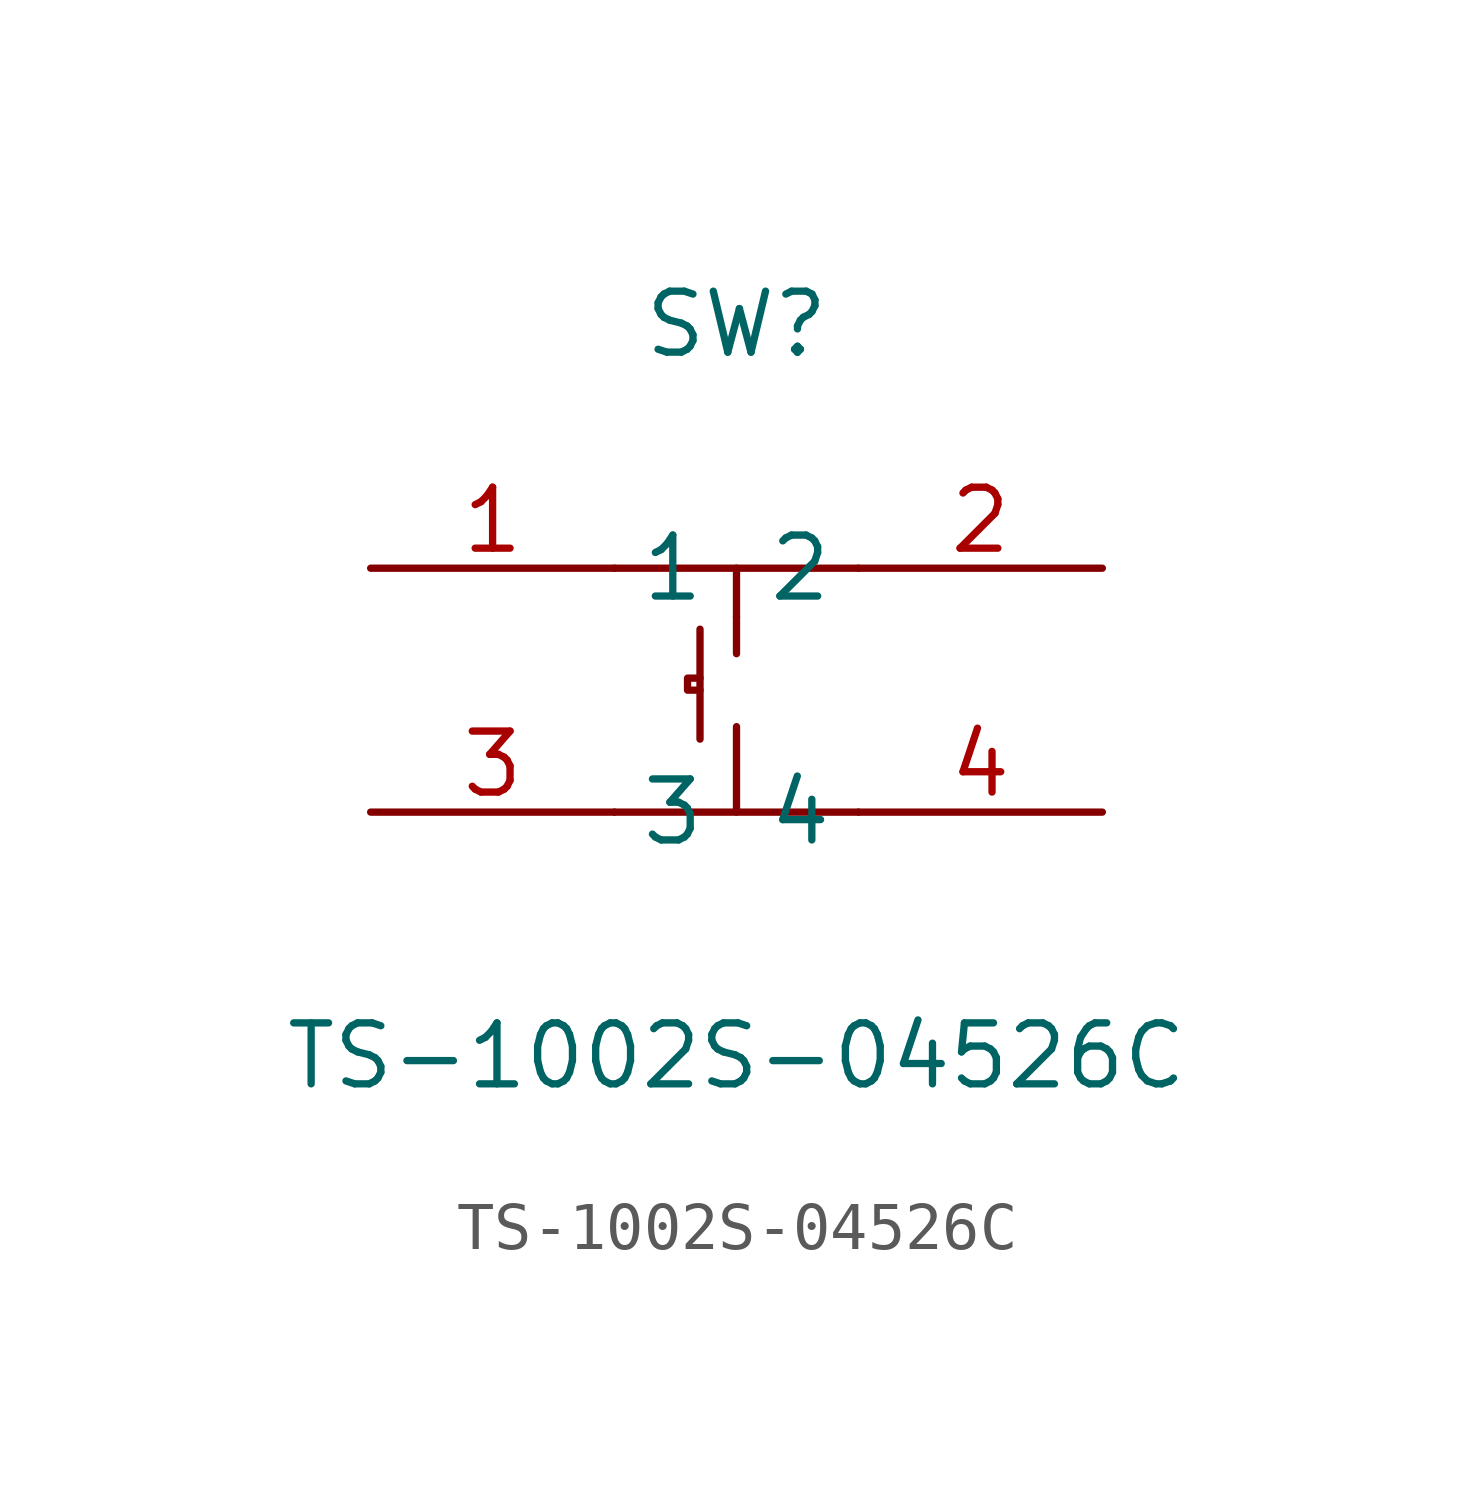
<source format=kicad_sym>
(kicad_symbol_lib
  (version 20211014)
  (generator https://github.com/uPesy/easyeda2kicad.py)
  (symbol "TS-1002S-04526C"
    (property "Reference" "SW"
      (at 0 7.62 0)
      (effects (font (size 1.27 1.27))))
    (property "Value" "TS-1002S-04526C"
      (at 0 -7.62 0)
      (effects (font (size 1.27 1.27))))
    (symbol "TS-1002S-04526C_0_1"
      (polyline (pts (xy -2.54 2.54) (xy 2.54 2.54)) (stroke (width 0) (type default) (color 0 0 0 0)) (fill (type none)))
      (polyline (pts (xy -2.54 -2.54) (xy 2.54 -2.54)) (stroke (width 0) (type default) (color 0 0 0 0)) (fill (type none)))
      (polyline (pts (xy 0.00 2.54) (xy 0.00 1.52)) (stroke (width 0) (type default) (color 0 0 0 0)) (fill (type none)))
      (polyline (pts (xy 0.00 -2.54) (xy 0.00 -0.76)) (stroke (width 0) (type default) (color 0 0 0 0)) (fill (type none)))
      (polyline (pts (xy 0.00 1.52) (xy 0.00 0.76)) (stroke (width 0) (type default) (color 0 0 0 0)) (fill (type none)))
      (polyline (pts (xy -0.76 1.27) (xy -0.76 -1.02)) (stroke (width 0) (type default) (color 0 0 0 0)) (fill (type none)))
      (polyline (pts (xy -0.76 0.25) (xy -1.02 0.25) (xy -1.02 -0.00) (xy -0.76 -0.00)) (stroke (width 0) (type default) (color 0 0 0 0)) (fill (type none)))
      (pin unspecified line (at -7.62 2.54 0) (length 5.08) (name "1" (effects (font (size 1.27 1.27)))) (number "1" (effects (font (size 1.27 1.27)))))
      (pin unspecified line (at 7.62 2.54 180) (length 5.08) (name "2" (effects (font (size 1.27 1.27)))) (number "2" (effects (font (size 1.27 1.27)))))
      (pin unspecified line (at -7.62 -2.54 0) (length 5.08) (name "3" (effects (font (size 1.27 1.27)))) (number "3" (effects (font (size 1.27 1.27)))))
      (pin unspecified line (at 7.62 -2.54 180) (length 5.08) (name "4" (effects (font (size 1.27 1.27)))) (number "4" (effects (font (size 1.27 1.27))))))))
</source>
